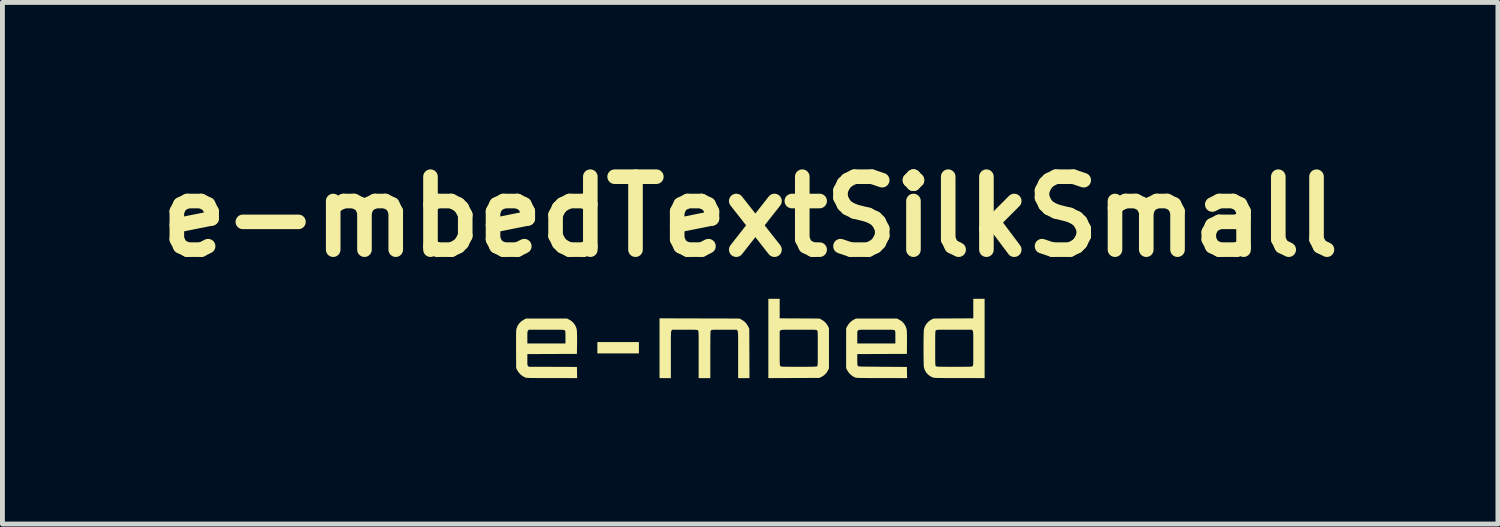
<source format=kicad_pcb>
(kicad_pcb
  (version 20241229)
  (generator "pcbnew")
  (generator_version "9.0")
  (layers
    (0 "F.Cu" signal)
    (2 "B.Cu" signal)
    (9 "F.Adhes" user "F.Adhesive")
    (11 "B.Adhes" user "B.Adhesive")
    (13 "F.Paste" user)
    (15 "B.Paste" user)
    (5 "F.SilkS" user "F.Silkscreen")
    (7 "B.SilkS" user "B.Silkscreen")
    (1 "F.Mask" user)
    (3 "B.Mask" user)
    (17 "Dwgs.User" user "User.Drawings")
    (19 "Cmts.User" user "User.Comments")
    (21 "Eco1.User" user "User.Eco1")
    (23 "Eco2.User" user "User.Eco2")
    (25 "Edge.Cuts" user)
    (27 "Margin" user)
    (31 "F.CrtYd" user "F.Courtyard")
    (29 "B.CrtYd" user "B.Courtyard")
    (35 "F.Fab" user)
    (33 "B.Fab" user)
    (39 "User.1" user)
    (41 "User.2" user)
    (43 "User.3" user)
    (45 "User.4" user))
  (footprint "e-mbedTextSilkSmall"
    (layer "F.Cu")
    (at 12.371 3.904)
    (property "Reference" "e-mbedTextSilkSmall" (at 0 -2.5 0) (layer "F.SilkS") (effects (font (size 1.5 1.5) (thickness 0.3))))
    (attr board_only exclude_from_pos_files exclude_from_bom)
    (fp_poly (pts (xy -2.287 0.194) (xy -2.287 0.311) (xy -2.714 0.311) (xy -3.141 0.311) (xy -3.141 0.194) (xy -3.141 0.078) (xy -2.714 0.078) (xy -2.287 0.078)) (stroke (width 0) (type solid)) (fill yes) (layer "F.SilkS"))
    (fp_poly (pts (xy -3.726 -0.387) (xy -3.674 -0.355) (xy -3.629 -0.313) (xy -3.594 -0.262) (xy -3.571 -0.206) (xy -3.564 -0.176) (xy -3.562 -0.154) (xy -3.56 -0.118) (xy -3.559 -0.07) (xy -3.558 -0.012) (xy -3.558 0.057) (xy -3.558 0.095) (xy -3.561 0.321) (xy -4.07 0.323) (xy -4.58 0.325) (xy -4.58 0.44) (xy -4.58 0.483) (xy -4.58 0.514) (xy -4.579 0.535) (xy -4.577 0.55) (xy -4.573 0.559) (xy -4.569 0.566) (xy -4.564 0.57) (xy -4.548 0.586) (xy -4.054 0.587) (xy -3.561 0.589) (xy -3.559 0.704) (xy -3.557 0.819) (xy -4.074 0.818) (xy -4.177 0.818) (xy -4.266 0.818) (xy -4.343 0.818) (xy -4.409 0.817) (xy -4.464 0.817) (xy -4.509 0.816) (xy -4.545 0.815) (xy -4.573 0.814) (xy -4.593 0.812) (xy -4.607 0.811) (xy -4.616 0.809) (xy -4.617 0.809) (xy -4.67 0.783) (xy -4.719 0.746) (xy -4.761 0.7) (xy -4.791 0.651) (xy -4.81 0.61) (xy -4.812 0.223) (xy -4.812 0.138) (xy -4.812 0.066) (xy -4.812 0.005) (xy -4.812 -0.017) (xy -4.58 -0.017) (xy -4.58 0.106) (xy -4.189 0.106) (xy -3.797 0.106) (xy -3.797 -0.021) (xy -3.797 -0.067) (xy -3.798 -0.1) (xy -3.799 -0.124) (xy -3.8 -0.14) (xy -3.803 -0.151) (xy -3.807 -0.158) (xy -3.811 -0.162) (xy -3.815 -0.165) (xy -3.819 -0.168) (xy -3.826 -0.17) (xy -3.836 -0.172) (xy -3.851 -0.173) (xy -3.871 -0.174) (xy -3.898 -0.175) (xy -3.934 -0.176) (xy -3.979 -0.176) (xy -4.034 -0.176) (xy -4.101 -0.176) (xy -4.18 -0.176) (xy -4.188 -0.176) (xy -4.551 -0.176) (xy -4.566 -0.158) (xy -4.571 -0.15) (xy -4.575 -0.141) (xy -4.578 -0.128) (xy -4.579 -0.11) (xy -4.58 -0.083) (xy -4.58 -0.045) (xy -4.58 -0.017) (xy -4.812 -0.017) (xy -4.812 -0.045) (xy -4.812 -0.086) (xy -4.811 -0.119) (xy -4.81 -0.145) (xy -4.809 -0.165) (xy -4.807 -0.18) (xy -4.805 -0.193) (xy -4.803 -0.203) (xy -4.802 -0.204) (xy -4.779 -0.259) (xy -4.744 -0.31) (xy -4.7 -0.353) (xy -4.648 -0.385) (xy -4.645 -0.387) (xy -4.605 -0.406) (xy -4.185 -0.406) (xy -3.765 -0.406)) (stroke (width 0) (type solid)) (fill yes) (layer "F.SilkS"))
    (fp_poly (pts (xy -1.043 -0.408) (xy -0.222 -0.406) (xy -0.176 -0.383) (xy -0.124 -0.35) (xy -0.08 -0.305) (xy -0.045 -0.251) (xy -0.04 -0.242) (xy -0.018 -0.194) (xy -0.016 0.312) (xy -0.014 0.819) (xy -0.13 0.819) (xy -0.247 0.819) (xy -0.247 0.34) (xy -0.247 0.246) (xy -0.247 0.165) (xy -0.247 0.096) (xy -0.247 0.039) (xy -0.248 -0.009) (xy -0.248 -0.048) (xy -0.249 -0.078) (xy -0.25 -0.102) (xy -0.251 -0.12) (xy -0.252 -0.133) (xy -0.254 -0.142) (xy -0.256 -0.149) (xy -0.258 -0.153) (xy -0.261 -0.157) (xy -0.262 -0.158) (xy -0.276 -0.176) (xy -0.533 -0.176) (xy -0.6 -0.176) (xy -0.655 -0.176) (xy -0.698 -0.176) (xy -0.731 -0.175) (xy -0.756 -0.175) (xy -0.774 -0.173) (xy -0.786 -0.171) (xy -0.795 -0.169) (xy -0.8 -0.166) (xy -0.804 -0.163) (xy -0.805 -0.162) (xy -0.807 -0.159) (xy -0.81 -0.155) (xy -0.812 -0.149) (xy -0.813 -0.141) (xy -0.815 -0.128) (xy -0.816 -0.11) (xy -0.817 -0.087) (xy -0.817 -0.056) (xy -0.818 -0.018) (xy -0.818 0.03) (xy -0.818 0.087) (xy -0.819 0.156) (xy -0.819 0.237) (xy -0.819 0.33) (xy -0.819 0.335) (xy -0.819 0.819) (xy -0.939 0.819) (xy -1.059 0.819) (xy -1.059 0.335) (xy -1.059 0.241) (xy -1.059 0.16) (xy -1.059 0.091) (xy -1.059 0.032) (xy -1.059 -0.016) (xy -1.06 -0.055) (xy -1.06 -0.085) (xy -1.061 -0.109) (xy -1.062 -0.127) (xy -1.064 -0.14) (xy -1.066 -0.149) (xy -1.068 -0.155) (xy -1.07 -0.159) (xy -1.073 -0.162) (xy -1.073 -0.162) (xy -1.077 -0.166) (xy -1.082 -0.169) (xy -1.09 -0.171) (xy -1.102 -0.173) (xy -1.12 -0.174) (xy -1.144 -0.175) (xy -1.177 -0.176) (xy -1.22 -0.176) (xy -1.274 -0.176) (xy -1.34 -0.176) (xy -1.344 -0.176) (xy -1.601 -0.176) (xy -1.616 -0.158) (xy -1.619 -0.154) (xy -1.621 -0.149) (xy -1.623 -0.143) (xy -1.625 -0.134) (xy -1.626 -0.122) (xy -1.627 -0.104) (xy -1.628 -0.081) (xy -1.629 -0.051) (xy -1.63 -0.014) (xy -1.63 0.033) (xy -1.63 0.089) (xy -1.63 0.157) (xy -1.63 0.236) (xy -1.63 0.328) (xy -1.63 0.34) (xy -1.63 0.819) (xy -1.747 0.819) (xy -1.863 0.819) (xy -1.863 0.205) (xy -1.863 -0.41)) (stroke (width 0) (type solid)) (fill yes) (layer "F.SilkS"))
    (fp_poly (pts (xy 0.607 -0.611) (xy 0.607 -0.41) (xy 1.015 -0.408) (xy 1.422 -0.406) (xy 1.464 -0.385) (xy 1.511 -0.355) (xy 1.554 -0.316) (xy 1.588 -0.27) (xy 1.599 -0.251) (xy 1.62 -0.208) (xy 1.62 0.205) (xy 1.62 0.618) (xy 1.601 0.658) (xy 1.57 0.709) (xy 1.528 0.753) (xy 1.479 0.787) (xy 1.469 0.792) (xy 1.422 0.815) (xy 0.898 0.817) (xy 0.374 0.819) (xy 0.374 0.004) (xy 0.374 -0.146) (xy 0.607 -0.146) (xy 0.607 0.206) (xy 0.607 0.285) (xy 0.607 0.352) (xy 0.607 0.407) (xy 0.608 0.451) (xy 0.608 0.486) (xy 0.609 0.513) (xy 0.61 0.533) (xy 0.611 0.548) (xy 0.613 0.558) (xy 0.615 0.564) (xy 0.618 0.569) (xy 0.621 0.572) (xy 0.625 0.575) (xy 0.629 0.577) (xy 0.636 0.58) (xy 0.646 0.581) (xy 0.661 0.583) (xy 0.681 0.584) (xy 0.708 0.585) (xy 0.744 0.585) (xy 0.788 0.585) (xy 0.843 0.586) (xy 0.91 0.586) (xy 0.99 0.586) (xy 1 0.586) (xy 1.082 0.586) (xy 1.15 0.586) (xy 1.207 0.585) (xy 1.254 0.585) (xy 1.29 0.584) (xy 1.319 0.584) (xy 1.34 0.582) (xy 1.355 0.581) (xy 1.366 0.579) (xy 1.373 0.577) (xy 1.377 0.575) (xy 1.377 0.574) (xy 1.38 0.571) (xy 1.383 0.566) (xy 1.385 0.558) (xy 1.386 0.547) (xy 1.388 0.53) (xy 1.389 0.507) (xy 1.389 0.476) (xy 1.39 0.436) (xy 1.39 0.387) (xy 1.39 0.327) (xy 1.39 0.254) (xy 1.39 0.207) (xy 1.39 0.127) (xy 1.39 0.06) (xy 1.39 0.005) (xy 1.39 -0.04) (xy 1.389 -0.075) (xy 1.388 -0.103) (xy 1.387 -0.123) (xy 1.386 -0.138) (xy 1.384 -0.148) (xy 1.382 -0.154) (xy 1.379 -0.159) (xy 1.376 -0.162) (xy 1.373 -0.165) (xy 1.368 -0.168) (xy 1.361 -0.17) (xy 1.351 -0.172) (xy 1.336 -0.173) (xy 1.316 -0.175) (xy 1.289 -0.175) (xy 1.253 -0.176) (xy 1.208 -0.176) (xy 1.153 -0.176) (xy 1.086 -0.176) (xy 1.006 -0.176) (xy 1.001 -0.176) (xy 0.92 -0.176) (xy 0.853 -0.176) (xy 0.797 -0.176) (xy 0.751 -0.176) (xy 0.715 -0.175) (xy 0.687 -0.175) (xy 0.666 -0.174) (xy 0.651 -0.172) (xy 0.641 -0.171) (xy 0.634 -0.168) (xy 0.629 -0.166) (xy 0.625 -0.162) (xy 0.623 -0.161) (xy 0.607 -0.146) (xy 0.374 -0.146) (xy 0.374 -0.812) (xy 0.49 -0.812) (xy 0.607 -0.812)) (stroke (width 0) (type solid)) (fill yes) (layer "F.SilkS"))
    (fp_poly (pts (xy 3.056 -0.387) (xy 3.109 -0.355) (xy 3.153 -0.313) (xy 3.188 -0.262) (xy 3.211 -0.206) (xy 3.218 -0.176) (xy 3.22 -0.154) (xy 3.222 -0.118) (xy 3.223 -0.07) (xy 3.224 -0.012) (xy 3.224 0.057) (xy 3.224 0.095) (xy 3.222 0.321) (xy 2.712 0.323) (xy 2.202 0.325) (xy 2.202 0.439) (xy 2.203 0.485) (xy 2.204 0.518) (xy 2.205 0.542) (xy 2.208 0.557) (xy 2.212 0.566) (xy 2.213 0.568) (xy 2.215 0.571) (xy 2.219 0.573) (xy 2.224 0.575) (xy 2.232 0.577) (xy 2.245 0.578) (xy 2.262 0.58) (xy 2.285 0.581) (xy 2.315 0.582) (xy 2.353 0.582) (xy 2.4 0.583) (xy 2.457 0.584) (xy 2.525 0.584) (xy 2.604 0.585) (xy 2.697 0.586) (xy 2.723 0.586) (xy 3.222 0.589) (xy 3.224 0.704) (xy 3.226 0.819) (xy 2.708 0.818) (xy 2.606 0.818) (xy 2.516 0.818) (xy 2.439 0.818) (xy 2.373 0.817) (xy 2.319 0.817) (xy 2.274 0.816) (xy 2.238 0.815) (xy 2.21 0.814) (xy 2.189 0.812) (xy 2.175 0.811) (xy 2.166 0.809) (xy 2.166 0.809) (xy 2.112 0.783) (xy 2.063 0.746) (xy 2.022 0.7) (xy 1.991 0.651) (xy 1.973 0.61) (xy 1.973 0.205) (xy 1.973 -0.025) (xy 2.202 -0.025) (xy 2.202 -0.02) (xy 2.202 0.106) (xy 2.594 0.106) (xy 2.985 0.106) (xy 2.985 -0.021) (xy 2.985 -0.067) (xy 2.985 -0.1) (xy 2.984 -0.124) (xy 2.982 -0.14) (xy 2.979 -0.151) (xy 2.975 -0.158) (xy 2.971 -0.162) (xy 2.968 -0.165) (xy 2.963 -0.168) (xy 2.956 -0.17) (xy 2.946 -0.172) (xy 2.931 -0.173) (xy 2.911 -0.175) (xy 2.884 -0.175) (xy 2.848 -0.176) (xy 2.803 -0.176) (xy 2.748 -0.176) (xy 2.681 -0.176) (xy 2.601 -0.176) (xy 2.596 -0.176) (xy 2.515 -0.176) (xy 2.448 -0.176) (xy 2.392 -0.176) (xy 2.346 -0.176) (xy 2.31 -0.175) (xy 2.282 -0.175) (xy 2.261 -0.174) (xy 2.246 -0.172) (xy 2.236 -0.171) (xy 2.229 -0.168) (xy 2.224 -0.166) (xy 2.22 -0.162) (xy 2.218 -0.161) (xy 2.212 -0.155) (xy 2.208 -0.148) (xy 2.205 -0.138) (xy 2.203 -0.123) (xy 2.202 -0.101) (xy 2.202 -0.069) (xy 2.202 -0.025) (xy 1.973 -0.025) (xy 1.973 -0.201) (xy 1.991 -0.24) (xy 2.02 -0.287) (xy 2.058 -0.331) (xy 2.103 -0.367) (xy 2.13 -0.383) (xy 2.177 -0.406) (xy 2.597 -0.406) (xy 3.017 -0.406)) (stroke (width 0) (type solid)) (fill yes) (layer "F.SilkS"))
    (fp_poly (pts (xy 4.82 0.004) (xy 4.82 0.819) (xy 4.303 0.818) (xy 4.201 0.818) (xy 4.111 0.818) (xy 4.034 0.818) (xy 3.968 0.817) (xy 3.914 0.817) (xy 3.868 0.816) (xy 3.832 0.815) (xy 3.805 0.814) (xy 3.784 0.812) (xy 3.77 0.811) (xy 3.761 0.809) (xy 3.761 0.809) (xy 3.705 0.782) (xy 3.656 0.745) (xy 3.616 0.699) (xy 3.587 0.646) (xy 3.571 0.593) (xy 3.569 0.577) (xy 3.568 0.548) (xy 3.567 0.509) (xy 3.566 0.461) (xy 3.565 0.405) (xy 3.564 0.344) (xy 3.564 0.28) (xy 3.564 0.214) (xy 3.564 0.205) (xy 3.804 0.205) (xy 3.804 0.284) (xy 3.804 0.351) (xy 3.804 0.406) (xy 3.805 0.451) (xy 3.805 0.486) (xy 3.806 0.513) (xy 3.807 0.533) (xy 3.808 0.547) (xy 3.81 0.557) (xy 3.812 0.564) (xy 3.815 0.568) (xy 3.818 0.572) (xy 3.822 0.575) (xy 3.826 0.577) (xy 3.833 0.58) (xy 3.843 0.581) (xy 3.858 0.583) (xy 3.878 0.584) (xy 3.905 0.585) (xy 3.941 0.585) (xy 3.986 0.585) (xy 4.041 0.586) (xy 4.108 0.586) (xy 4.187 0.586) (xy 4.196 0.586) (xy 4.277 0.586) (xy 4.345 0.586) (xy 4.401 0.586) (xy 4.447 0.585) (xy 4.483 0.585) (xy 4.511 0.584) (xy 4.532 0.583) (xy 4.547 0.582) (xy 4.558 0.58) (xy 4.565 0.578) (xy 4.569 0.575) (xy 4.573 0.572) (xy 4.573 0.572) (xy 4.576 0.568) (xy 4.579 0.563) (xy 4.581 0.557) (xy 4.583 0.546) (xy 4.585 0.531) (xy 4.586 0.51) (xy 4.586 0.482) (xy 4.587 0.446) (xy 4.587 0.4) (xy 4.587 0.344) (xy 4.587 0.276) (xy 4.587 0.209) (xy 4.587 0.13) (xy 4.587 0.064) (xy 4.587 0.009) (xy 4.587 -0.035) (xy 4.586 -0.07) (xy 4.585 -0.096) (xy 4.584 -0.117) (xy 4.583 -0.131) (xy 4.581 -0.141) (xy 4.579 -0.148) (xy 4.576 -0.154) (xy 4.573 -0.158) (xy 4.558 -0.176) (xy 4.195 -0.176) (xy 4.114 -0.176) (xy 4.046 -0.176) (xy 3.99 -0.176) (xy 3.945 -0.176) (xy 3.908 -0.175) (xy 3.88 -0.175) (xy 3.859 -0.174) (xy 3.844 -0.172) (xy 3.834 -0.17) (xy 3.827 -0.168) (xy 3.822 -0.166) (xy 3.818 -0.163) (xy 3.818 -0.162) (xy 3.815 -0.159) (xy 3.812 -0.154) (xy 3.81 -0.147) (xy 3.808 -0.137) (xy 3.807 -0.122) (xy 3.806 -0.101) (xy 3.805 -0.074) (xy 3.805 -0.038) (xy 3.804 0.008) (xy 3.804 0.064) (xy 3.804 0.132) (xy 3.804 0.205) (xy 3.564 0.205) (xy 3.564 0.147) (xy 3.564 0.082) (xy 3.565 0.02) (xy 3.566 -0.037) (xy 3.567 -0.087) (xy 3.568 -0.129) (xy 3.57 -0.161) (xy 3.571 -0.181) (xy 3.572 -0.185) (xy 3.591 -0.241) (xy 3.621 -0.294) (xy 3.662 -0.339) (xy 3.711 -0.376) (xy 3.733 -0.387) (xy 3.772 -0.406) (xy 4.18 -0.408) (xy 4.587 -0.41) (xy 4.587 -0.611) (xy 4.587 -0.812) (xy 4.704 -0.812) (xy 4.82 -0.812)) (stroke (width 0) (type solid)) (fill yes) (layer "F.SilkS")))
  (gr_rect
    (start -3 -3)
    (end 27.743 7.723)
    (stroke (width 0.1) (type default))
    (fill no)
    (layer "Edge.Cuts")))
</source>
